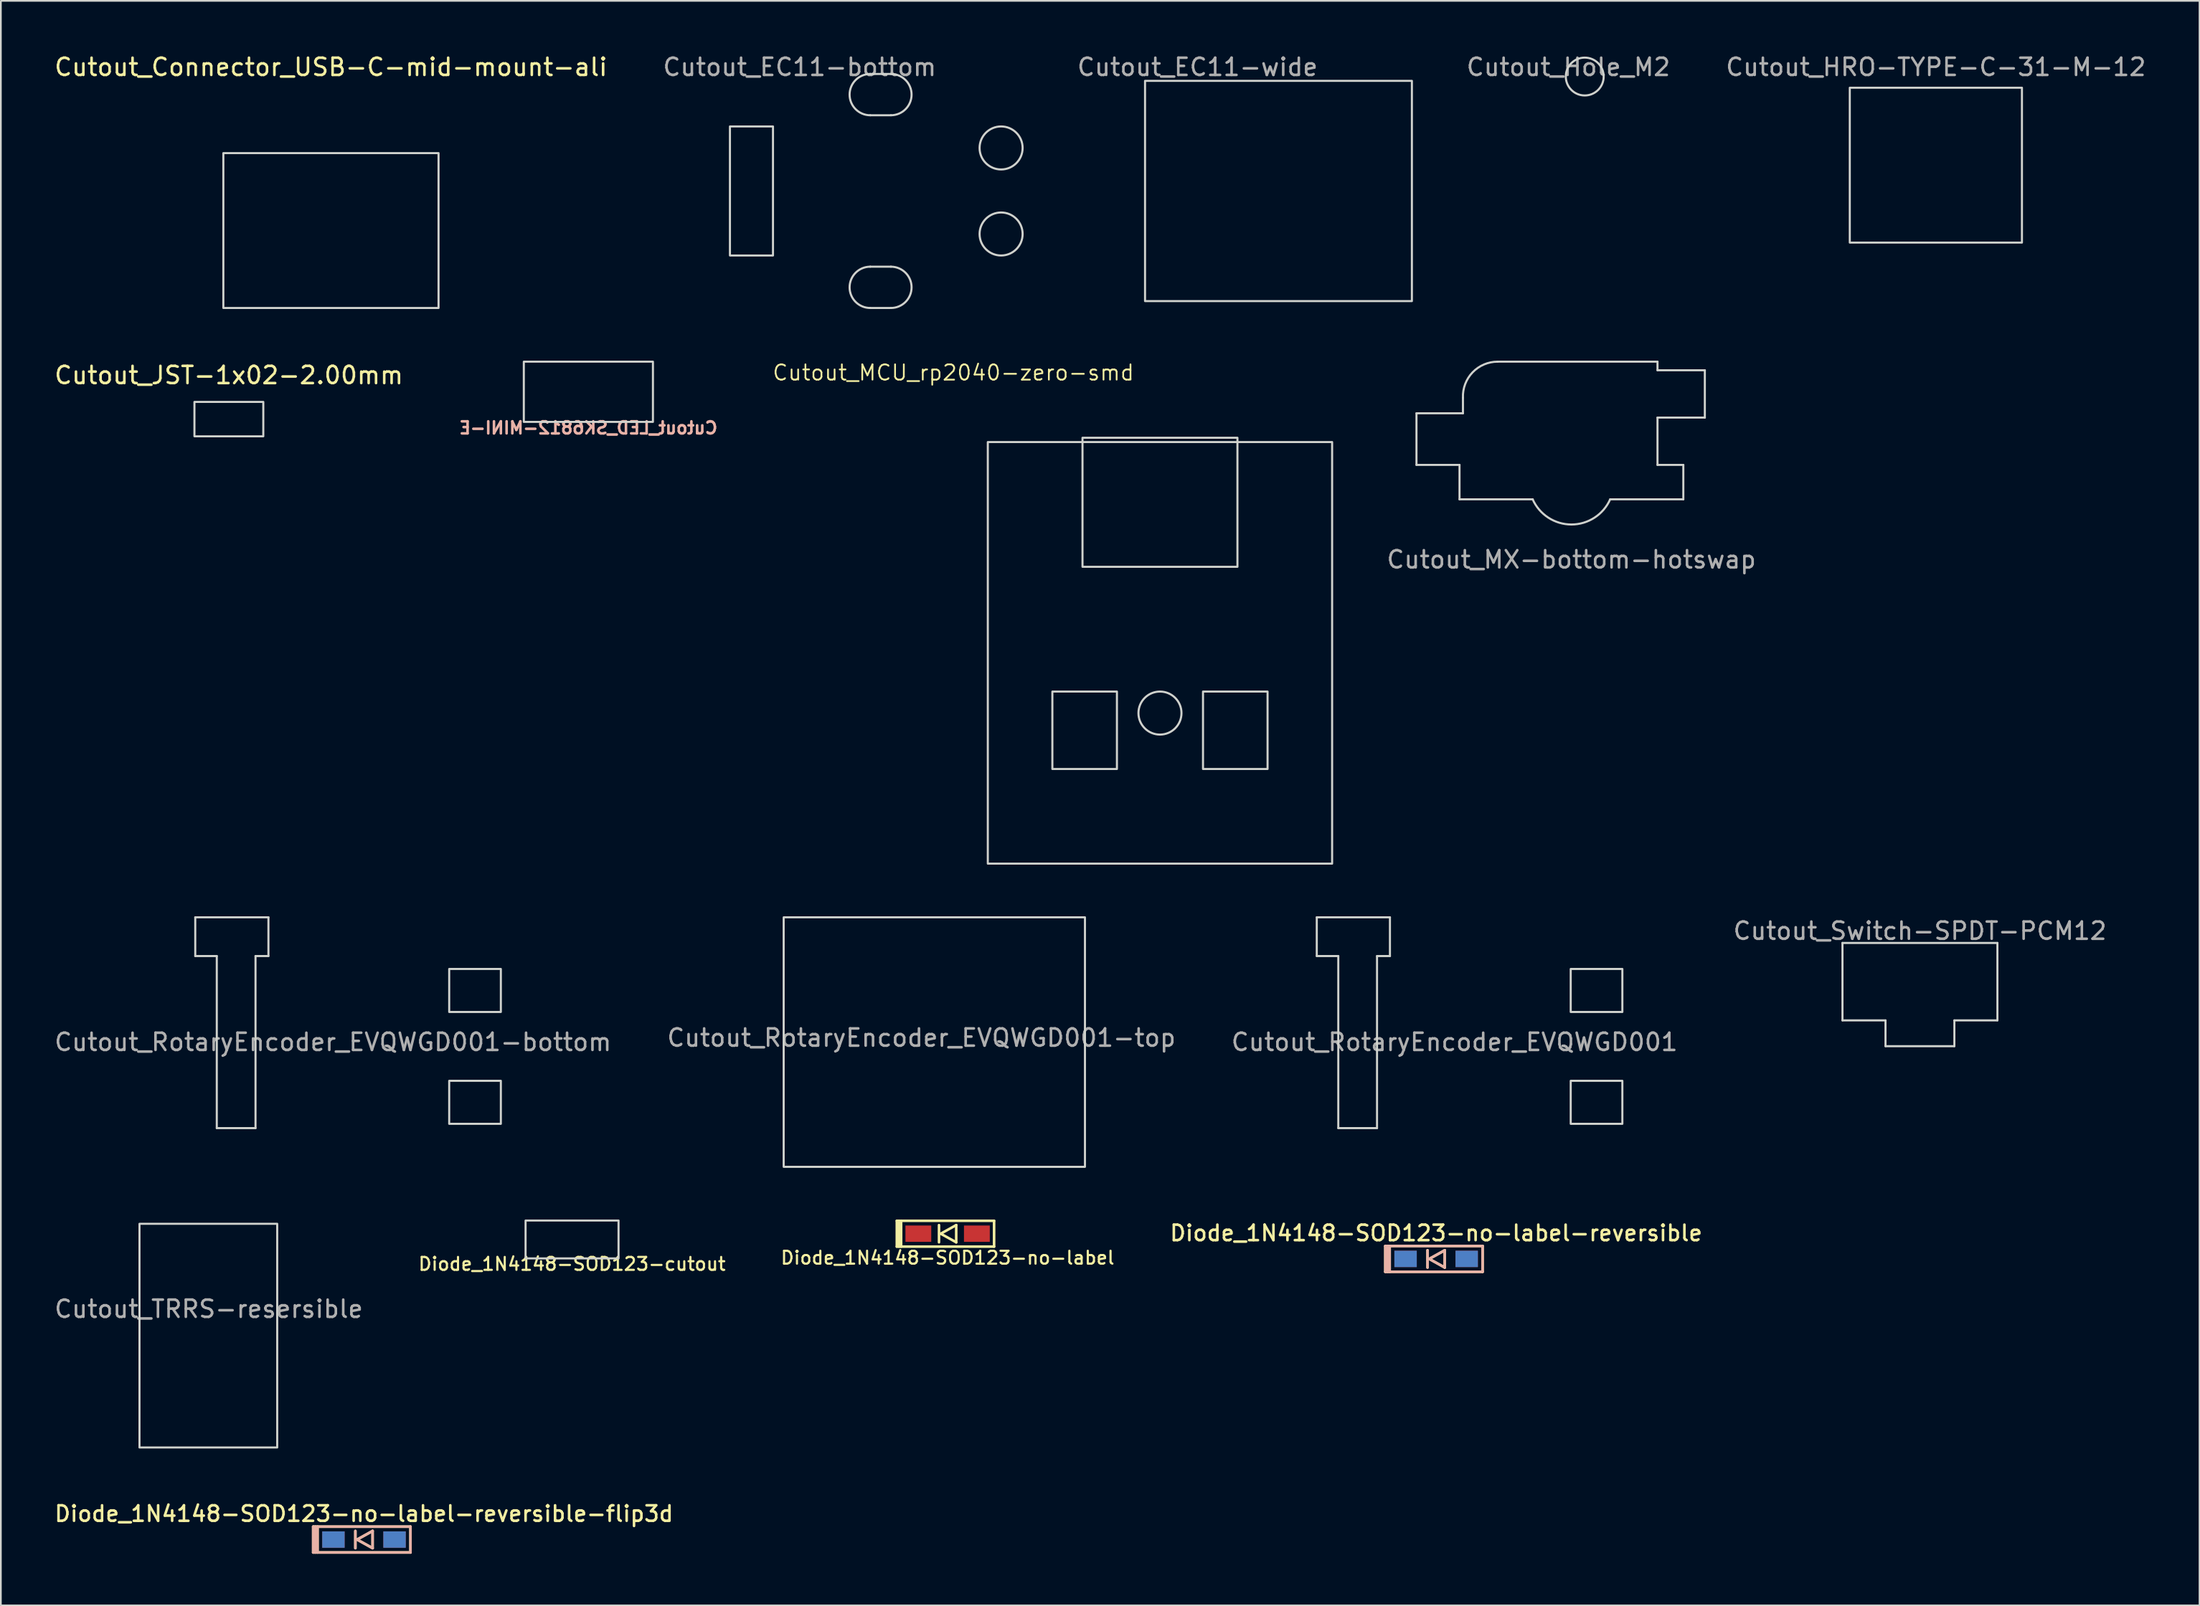
<source format=kicad_pcb>
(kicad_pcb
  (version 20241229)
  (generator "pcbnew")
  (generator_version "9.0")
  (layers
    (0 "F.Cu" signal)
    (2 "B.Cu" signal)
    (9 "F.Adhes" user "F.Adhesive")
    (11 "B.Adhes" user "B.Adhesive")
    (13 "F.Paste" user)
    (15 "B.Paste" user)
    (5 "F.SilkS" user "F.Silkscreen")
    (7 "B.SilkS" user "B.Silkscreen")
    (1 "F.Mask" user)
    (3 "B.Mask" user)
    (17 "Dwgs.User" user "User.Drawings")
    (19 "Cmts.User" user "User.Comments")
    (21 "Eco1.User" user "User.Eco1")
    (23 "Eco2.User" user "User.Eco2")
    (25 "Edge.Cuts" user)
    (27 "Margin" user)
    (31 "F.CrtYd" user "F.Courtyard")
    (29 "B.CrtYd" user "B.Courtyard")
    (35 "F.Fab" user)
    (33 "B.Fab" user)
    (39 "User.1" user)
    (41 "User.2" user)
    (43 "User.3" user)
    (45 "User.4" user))
  (footprint "Diode_1N4148-SOD123-no-label"
    (layer "F.Cu")
    (at 51.992 68.644)
    (property "Reference" "Diode_1N4148-SOD123-no-label" (at 0 1.4 0) (layer "F.SilkS") (effects (font (size 0.75 0.75) (thickness 0.125))))
    (attr smd)
    (fp_line (start -2.95 -0.75) (end -2.95 0.75) (stroke (width 0.15) (type solid)) (layer "F.SilkS"))
    (fp_line (start -2.95 0.75) (end 2.7 0.75) (stroke (width 0.15) (type solid)) (layer "F.SilkS"))
    (fp_line (start -2.825 -0.75) (end -2.825 0.75) (stroke (width 0.15) (type solid)) (layer "F.SilkS"))
    (fp_line (start -2.7 -0.75) (end -2.7 0.75) (stroke (width 0.15) (type solid)) (layer "F.SilkS"))
    (fp_line (start -0.5 -0.5) (end -0.5 0.5) (stroke (width 0.15) (type solid)) (layer "F.SilkS"))
    (fp_line (start -0.4 0) (end 0.5 -0.5) (stroke (width 0.15) (type solid)) (layer "F.SilkS"))
    (fp_line (start 0.5 -0.5) (end 0.5 0.5) (stroke (width 0.15) (type solid)) (layer "F.SilkS"))
    (fp_line (start 0.5 0.5) (end -0.4 0) (stroke (width 0.15) (type solid)) (layer "F.SilkS"))
    (fp_line (start 2.7 -0.75) (end -2.95 -0.75) (stroke (width 0.15) (type solid)) (layer "F.SilkS"))
    (fp_line (start 2.7 0.75) (end 2.7 -0.75) (stroke (width 0.15) (type solid)) (layer "F.SilkS"))
    (pad "1" smd rect (at -1.7 0) (size 1.5 0.95) (layers "F.Cu" "F.Mask" "F.Paste"))
    (pad "2" smd rect (at 1.7 0) (size 1.5 0.95) (layers "F.Cu" "F.Mask" "F.Paste")))
  (footprint "Cutout_RotaryEncoder_EVQWGD001"
    (layer "F.Cu")
    (at 81.435 57.509)
    (property "Reference" "Cutout_RotaryEncoder_EVQWGD001" (at 0 0 0) (layer "F.Fab") (effects (font (size 1 1) (thickness 0.15))))
    (attr through_hole)
    (fp_line (start -8 -7.25) (end -8 -5) (stroke (width 0.12) (type solid)) (layer "Edge.Cuts"))
    (fp_line (start -8 -5) (end -6.75 -5) (stroke (width 0.12) (type solid)) (layer "Edge.Cuts"))
    (fp_line (start -6.75 -5) (end -6.75 5) (stroke (width 0.12) (type solid)) (layer "Edge.Cuts"))
    (fp_line (start -6.75 5) (end -4.5 5) (stroke (width 0.12) (type solid)) (layer "Edge.Cuts"))
    (fp_line (start -4.5 -5) (end -3.75 -5) (stroke (width 0.12) (type solid)) (layer "Edge.Cuts"))
    (fp_line (start -4.5 5) (end -4.5 -5) (stroke (width 0.12) (type solid)) (layer "Edge.Cuts"))
    (fp_line (start -3.75 -7.25) (end -8 -7.25) (stroke (width 0.12) (type solid)) (layer "Edge.Cuts"))
    (fp_line (start -3.75 -5) (end -3.75 -7.25) (stroke (width 0.12) (type solid)) (layer "Edge.Cuts"))
    (fp_rect (start 6.75 -4.25) (end 9.75 -1.75) (stroke (width 0.12) (type solid)) (fill no) (layer "Edge.Cuts"))
    (fp_rect (start 6.75 2.25) (end 9.75 4.75) (stroke (width 0.12) (type solid)) (fill no) (layer "Edge.Cuts")))
  (footprint "Cutout_EC11-wide"
    (layer "F.Cu")
    (at 71.21 8.048)
    (property "Reference" "Cutout_EC11-wide" (at -4.7 -7.2 0) (layer "F.Fab") (effects (font (size 1 1) (thickness 0.15))))
    (attr through_hole)
    (fp_rect (start -7.75 -6.4) (end 7.75 6.4) (stroke (width 0.12) (type solid)) (fill no) (layer "Edge.Cuts")))
  (footprint "Cutout_HRO-TYPE-C-31-M-12"
    (layer "F.Cu")
    (at 109.395 11.048)
    (property "Reference" "Cutout_HRO-TYPE-C-31-M-12" (at 0 -10.2 0) (layer "F.Fab") (effects (font (size 1 1) (thickness 0.15))))
    (attr through_hole)
    (fp_rect (start -5 -9) (end 5 0) (stroke (width 0.12) (type solid)) (fill no) (layer "Edge.Cuts")))
  (footprint "Diode_1N4148-SOD123-no-label-reversible"
    (layer "F.Cu")
    (at 80.368 70.109)
    (property "Reference" "Diode_1N4148-SOD123-no-label-reversible" (at 0 -1.5 0) (layer "F.SilkS") (effects (font (size 0.9 0.9) (thickness 0.15))))
    (attr smd)
    (fp_line (start -2.95 -0.75) (end -2.95 0.75) (stroke (width 0.15) (type solid)) (layer "F.SilkS"))
    (fp_line (start -2.95 0.75) (end 2.7 0.75) (stroke (width 0.15) (type solid)) (layer "F.SilkS"))
    (fp_line (start -2.825 -0.75) (end -2.825 0.75) (stroke (width 0.15) (type solid)) (layer "F.SilkS"))
    (fp_line (start -2.7 -0.75) (end -2.7 0.75) (stroke (width 0.15) (type solid)) (layer "F.SilkS"))
    (fp_line (start -0.5 -0.5) (end -0.5 0.5) (stroke (width 0.15) (type solid)) (layer "F.SilkS"))
    (fp_line (start -0.4 0) (end 0.5 -0.5) (stroke (width 0.15) (type solid)) (layer "F.SilkS"))
    (fp_line (start 0.5 -0.5) (end 0.5 0.5) (stroke (width 0.15) (type solid)) (layer "F.SilkS"))
    (fp_line (start 0.5 0.5) (end -0.4 0) (stroke (width 0.15) (type solid)) (layer "F.SilkS"))
    (fp_line (start 2.7 -0.75) (end -2.95 -0.75) (stroke (width 0.15) (type solid)) (layer "F.SilkS"))
    (fp_line (start 2.7 -0.75) (end 2.7 0.75) (stroke (width 0.15) (type solid)) (layer "F.SilkS"))
    (fp_line (start -2.95 -0.75) (end -2.95 0.75) (stroke (width 0.15) (type solid)) (layer "B.SilkS"))
    (fp_line (start -2.95 0.75) (end 2.7 0.75) (stroke (width 0.15) (type solid)) (layer "B.SilkS"))
    (fp_line (start -2.825 -0.75) (end -2.825 0.75) (stroke (width 0.15) (type solid)) (layer "B.SilkS"))
    (fp_line (start -2.7 -0.75) (end -2.7 0.75) (stroke (width 0.15) (type solid)) (layer "B.SilkS"))
    (fp_line (start -0.5 -0.5) (end -0.5 0.5) (stroke (width 0.15) (type solid)) (layer "B.SilkS"))
    (fp_line (start -0.4 0) (end 0.5 -0.5) (stroke (width 0.15) (type solid)) (layer "B.SilkS"))
    (fp_line (start 0.5 -0.5) (end 0.5 0.5) (stroke (width 0.15) (type solid)) (layer "B.SilkS"))
    (fp_line (start 0.5 0.5) (end -0.4 0) (stroke (width 0.15) (type solid)) (layer "B.SilkS"))
    (fp_line (start 2.7 -0.75) (end -2.95 -0.75) (stroke (width 0.15) (type solid)) (layer "B.SilkS"))
    (fp_line (start 2.7 0.75) (end 2.7 -0.75) (stroke (width 0.15) (type solid)) (layer "B.SilkS"))
    (pad "1" smd rect (at -1.775 0) (size 1.3 0.95) (layers "F.Cu" "F.Mask" "F.Paste"))
    (pad "1" smd rect (at -1.775 0) (size 1.3 0.95) (layers "B.Cu" "B.Mask" "B.Paste"))
    (pad "2" smd rect (at 1.775 0) (size 1.3 0.95) (layers "F.Cu" "F.Mask" "F.Paste"))
    (pad "2" smd rect (at 1.775 0) (size 1.3 0.95) (layers "B.Cu" "B.Mask" "B.Paste")))
  (footprint "Diode_1N4148-SOD123-cutout"
    (layer "F.Cu")
    (at 30.178 68.979)
    (property "Reference" "Diode_1N4148-SOD123-cutout" (at 0 1.425 0) (layer "F.SilkS") (effects (font (size 0.75 0.75) (thickness 0.125))))
    (fp_rect (start -2.7 -1.1) (end 2.7 1.1) (stroke (width 0.12) (type solid)) (fill no) (layer "Edge.Cuts")))
  (footprint "Cutout_JST-1x02-2.00mm"
    (layer "F.Cu")
    (at 9.244 21.306)
    (property "Reference" "Cutout_JST-1x02-2.00mm" (at 1 -2.55 0) (layer "F.SilkS") (effects (font (size 1 1) (thickness 0.15))))
    (attr through_hole)
    (fp_rect (start -1 -1) (end 3 1) (stroke (width 0.12) (type solid)) (fill no) (layer "Edge.Cuts")))
  (footprint "Cutout_TRRS-resersible"
    (layer "F.Cu")
    (at 9.052 68.069)
    (property "Reference" "Cutout_TRRS-resersible" (at 0.025 4.95 0) (layer "F.Fab") (effects (font (size 1 1) (thickness 0.15))))
    (attr through_hole)
    (fp_rect (start -4 0) (end 4 13) (stroke (width 0.12) (type solid)) (fill no) (layer "Edge.Cuts")))
  (footprint "Cutout_RotaryEncoder_EVQWGD001-bottom"
    (layer "F.Cu")
    (at 16.292 57.509)
    (property "Reference" "Cutout_RotaryEncoder_EVQWGD001-bottom" (at 0 0 0) (layer "F.Fab") (effects (font (size 1 1) (thickness 0.15))))
    (attr through_hole)
    (fp_line (start -8 -7.25) (end -8 -5) (stroke (width 0.12) (type solid)) (layer "Edge.Cuts"))
    (fp_line (start -8 -5) (end -6.75 -5) (stroke (width 0.12) (type solid)) (layer "Edge.Cuts"))
    (fp_line (start -6.75 -5) (end -6.75 5) (stroke (width 0.12) (type solid)) (layer "Edge.Cuts"))
    (fp_line (start -6.75 5) (end -4.5 5) (stroke (width 0.12) (type solid)) (layer "Edge.Cuts"))
    (fp_line (start -4.5 -5) (end -3.75 -5) (stroke (width 0.12) (type solid)) (layer "Edge.Cuts"))
    (fp_line (start -4.5 5) (end -4.5 -5) (stroke (width 0.12) (type solid)) (layer "Edge.Cuts"))
    (fp_line (start -3.75 -7.25) (end -8 -7.25) (stroke (width 0.12) (type solid)) (layer "Edge.Cuts"))
    (fp_line (start -3.75 -5) (end -3.75 -7.25) (stroke (width 0.12) (type solid)) (layer "Edge.Cuts"))
    (fp_rect (start 6.75 -4.25) (end 9.75 -1.75) (stroke (width 0.12) (type solid)) (fill no) (layer "Edge.Cuts"))
    (fp_rect (start 6.75 2.25) (end 9.75 4.75) (stroke (width 0.12) (type solid)) (fill no) (layer "Edge.Cuts")))
  (footprint "Cutout_MX-bottom-hotswap"
    (layer "F.Cu")
    (at 88.226 24.968)
    (property "Reference" "Cutout_MX-bottom-hotswap" (at 0 4.5 0) (layer "F.Fab") (effects (font (size 1 1) (thickness 0.15))))
    (fp_line (start -9 -4) (end -9 -1) (stroke (width 0.12) (type solid)) (layer "Edge.Cuts"))
    (fp_line (start -9 -1) (end -6.5 -1) (stroke (width 0.12) (type solid)) (layer "Edge.Cuts"))
    (fp_line (start -6.5 -1) (end -6.5 1) (stroke (width 0.12) (type solid)) (layer "Edge.Cuts"))
    (fp_line (start -6.5 1) (end -2.25 1) (stroke (width 0.12) (type solid)) (layer "Edge.Cuts"))
    (fp_line (start -6.3 -4) (end -9 -4) (stroke (width 0.12) (type solid)) (layer "Edge.Cuts"))
    (fp_line (start -6.3 -4) (end -6.3 -4.9) (stroke (width 0.12) (type solid)) (layer "Edge.Cuts"))
    (fp_line (start 2.25 1) (end 6.5 1) (stroke (width 0.12) (type solid)) (layer "Edge.Cuts"))
    (fp_line (start 5 -7) (end -4.286 -7) (stroke (width 0.12) (type solid)) (layer "Edge.Cuts"))
    (fp_line (start 5 -6.5) (end 5 -7) (stroke (width 0.12) (type solid)) (layer "Edge.Cuts"))
    (fp_line (start 5 -3.75) (end 7.75 -3.75) (stroke (width 0.12) (type solid)) (layer "Edge.Cuts"))
    (fp_line (start 5 -1) (end 5 -3.75) (stroke (width 0.12) (type solid)) (layer "Edge.Cuts"))
    (fp_line (start 6.5 -1) (end 5 -1) (stroke (width 0.12) (type solid)) (layer "Edge.Cuts"))
    (fp_line (start 6.5 1) (end 6.5 -1) (stroke (width 0.12) (type solid)) (layer "Edge.Cuts"))
    (fp_line (start 7.75 -6.5) (end 5 -6.5) (stroke (width 0.12) (type solid)) (layer "Edge.Cuts"))
    (fp_line (start 7.75 -3.75) (end 7.75 -6.5) (stroke (width 0.12) (type solid)) (layer "Edge.Cuts"))
    (fp_arc (start -6.3 -4.9) (mid -5.740696 -6.37951) (end -4.285786 -7) (stroke (width 0.12) (type solid)) (layer "Edge.Cuts"))
    (fp_arc (start 2.25 1) (mid 0 2.462214) (end -2.25 1) (stroke (width 0.12) (type solid)) (layer "Edge.Cuts")))
  (footprint "Cutout_Hole_M2"
    (layer "F.Cu")
    (at 89 1.398)
    (property "Reference" "Cutout_Hole_M2" (at -0.95 -0.55 0) (layer "F.Fab") (effects (font (size 1 1) (thickness 0.15))))
    (attr exclude_from_pos_files exclude_from_bom)
    (fp_circle (center 0 0) (end 0 -1.1) (stroke (width 0.12) (type solid)) (fill no) (layer "Edge.Cuts")))
  (footprint "Cutout_EC11-bottom"
    (layer "F.Cu")
    (at 48.099 8.048)
    (property "Reference" "Cutout_EC11-bottom" (at -4.7 -7.2 0) (layer "F.Fab") (effects (font (size 1 1) (thickness 0.15))))
    (attr through_hole)
    (fp_line (start -0.6 -6.8) (end 0.6 -6.8) (stroke (width 0.12) (type solid)) (layer "Edge.Cuts"))
    (fp_line (start -0.6 -4.4) (end 0.6 -4.4) (stroke (width 0.12) (type solid)) (layer "Edge.Cuts"))
    (fp_line (start -0.6 4.4) (end 0.6 4.4) (stroke (width 0.12) (type solid)) (layer "Edge.Cuts"))
    (fp_line (start -0.6 6.8) (end 0.6 6.8) (stroke (width 0.12) (type solid)) (layer "Edge.Cuts"))
    (fp_rect (start -8.75 -3.75) (end -6.25 3.75) (stroke (width 0.12) (type solid)) (fill no) (layer "Edge.Cuts"))
    (fp_arc (start -0.6 -4.4) (mid -1.8 -5.6) (end -0.6 -6.8) (stroke (width 0.12) (type solid)) (layer "Edge.Cuts"))
    (fp_arc (start -0.6 6.8) (mid -1.8 5.6) (end -0.6 4.4) (stroke (width 0.12) (type solid)) (layer "Edge.Cuts"))
    (fp_arc (start 0.6 -6.8) (mid 1.8 -5.6) (end 0.6 -4.4) (stroke (width 0.12) (type solid)) (layer "Edge.Cuts"))
    (fp_arc (start 0.6 4.4) (mid 1.8 5.6) (end 0.6 6.8) (stroke (width 0.12) (type solid)) (layer "Edge.Cuts"))
    (fp_circle (center 7 -2.5) (end 7 -3.75) (stroke (width 0.12) (type solid)) (fill no) (layer "Edge.Cuts"))
    (fp_circle (center 7 2.5) (end 7 1.25) (stroke (width 0.12) (type solid)) (fill no) (layer "Edge.Cuts")))
  (footprint "Cutout_Connector_USB-C-mid-mount-ali"
    (layer "F.Cu")
    (at 16.173 10.098)
    (property "Reference" "Cutout_Connector_USB-C-mid-mount-ali" (at 0 -9.25 180) (layer "F.SilkS") (effects (font (size 1 1) (thickness 0.15))))
    (attr smd)
    (fp_rect (start -6.25 4.75) (end 6.25 -4.25) (stroke (width 0.12) (type solid)) (fill no) (layer "Edge.Cuts")))
  (footprint "Cutout_LED_SK6812-MINI-E"
    (layer "F.Cu")
    (at 31.126 19.718)
    (property "Reference" "Cutout_LED_SK6812-MINI-E" (at 0 2.1 0) (unlocked yes) (layer "B.SilkS") (effects (font (size 0.7 0.7) (thickness 0.15)) (justify mirror)))
    (fp_rect (start -3.75 1.75) (end 3.75 -1.75) (stroke (width 0.12) (type solid)) (fill no) (layer "Edge.Cuts")))
  (footprint "Cutout_Switch-SPDT-PCM12"
    (layer "F.Cu")
    (at 108.47 54.248)
    (property "Reference" "Cutout_Switch-SPDT-PCM12" (at 0 -3.2 0) (layer "F.Fab") (effects (font (size 1 1) (thickness 0.15))))
    (attr smd)
    (fp_line (start -4.5 -2.5) (end -4.5 2) (stroke (width 0.12) (type solid)) (layer "Edge.Cuts"))
    (fp_line (start -4.5 2) (end -2 2) (stroke (width 0.12) (type solid)) (layer "Edge.Cuts"))
    (fp_line (start -2 2) (end -2 3.5) (stroke (width 0.12) (type solid)) (layer "Edge.Cuts"))
    (fp_line (start -2 3.5) (end 2 3.5) (stroke (width 0.12) (type solid)) (layer "Edge.Cuts"))
    (fp_line (start 2 2) (end 4.5 2) (stroke (width 0.12) (type solid)) (layer "Edge.Cuts"))
    (fp_line (start 2 3.5) (end 2 2) (stroke (width 0.12) (type solid)) (layer "Edge.Cuts"))
    (fp_line (start 4.5 -2.5) (end -4.5 -2.5) (stroke (width 0.12) (type solid)) (layer "Edge.Cuts"))
    (fp_line (start 4.5 2) (end 4.5 -2.5) (stroke (width 0.12) (type solid)) (layer "Edge.Cuts")))
  (footprint "Cutout_RotaryEncoder_EVQWGD001-top"
    (layer "F.Cu")
    (at 50.47 57.259)
    (property "Reference" "Cutout_RotaryEncoder_EVQWGD001-top" (at 0 0 0) (layer "F.Fab") (effects (font (size 1 1) (thickness 0.15))))
    (attr through_hole)
    (fp_rect (start -8 -7) (end 9.5 7.5) (stroke (width 0.12) (type solid)) (fill no) (layer "Edge.Cuts")))
  (footprint "Cutout_MCU_rp2040-zero-smd"
    (layer "F.Cu")
    (at 64.327 35.139)
    (property "Reference" "Cutout_MCU_rp2040-zero-smd" (at -12 -16.533 0) (layer "F.SilkS") (effects (font (size 0.889 0.889) (thickness 0.102))))
    (attr smd exclude_from_pos_files)
    (fp_rect (start -10 -12.5) (end 10 12) (stroke (width 0.12) (type solid)) (fill no) (layer "Edge.Cuts"))
    (fp_rect (start -6.25 2) (end -2.5 6.5) (stroke (width 0.12) (type solid)) (fill no) (layer "Edge.Cuts"))
    (fp_rect (start -4.5 -5.25) (end 4.5 -12.75) (stroke (width 0.12) (type solid)) (fill no) (layer "Edge.Cuts"))
    (fp_rect (start 6.25 2) (end 2.5 6.5) (stroke (width 0.12) (type solid)) (fill no) (layer "Edge.Cuts"))
    (fp_circle (center 0 3.25) (end 1.25 3.25) (stroke (width 0.12) (type solid)) (fill no) (layer "Edge.Cuts")))
  (footprint "Diode_1N4148-SOD123-no-label-reversible-flip3d"
    (layer "F.Cu")
    (at 18.092 86.419)
    (property "Reference" "Diode_1N4148-SOD123-no-label-reversible-flip3d" (at 0 -1.5 0) (layer "F.SilkS") (effects (font (size 0.9 0.9) (thickness 0.15))))
    (attr smd)
    (fp_line (start -2.95 -0.75) (end -2.95 0.75) (stroke (width 0.15) (type solid)) (layer "F.SilkS"))
    (fp_line (start -2.95 0.75) (end 2.7 0.75) (stroke (width 0.15) (type solid)) (layer "F.SilkS"))
    (fp_line (start -2.825 -0.75) (end -2.825 0.75) (stroke (width 0.15) (type solid)) (layer "F.SilkS"))
    (fp_line (start -2.7 -0.75) (end -2.7 0.75) (stroke (width 0.15) (type solid)) (layer "F.SilkS"))
    (fp_line (start -0.5 -0.5) (end -0.5 0.5) (stroke (width 0.15) (type solid)) (layer "F.SilkS"))
    (fp_line (start -0.4 0) (end 0.5 -0.5) (stroke (width 0.15) (type solid)) (layer "F.SilkS"))
    (fp_line (start 0.5 -0.5) (end 0.5 0.5) (stroke (width 0.15) (type solid)) (layer "F.SilkS"))
    (fp_line (start 0.5 0.5) (end -0.4 0) (stroke (width 0.15) (type solid)) (layer "F.SilkS"))
    (fp_line (start 2.7 -0.75) (end -2.95 -0.75) (stroke (width 0.15) (type solid)) (layer "F.SilkS"))
    (fp_line (start 2.7 -0.75) (end 2.7 0.75) (stroke (width 0.15) (type solid)) (layer "F.SilkS"))
    (fp_line (start -2.95 -0.75) (end -2.95 0.75) (stroke (width 0.15) (type solid)) (layer "B.SilkS"))
    (fp_line (start -2.95 0.75) (end 2.7 0.75) (stroke (width 0.15) (type solid)) (layer "B.SilkS"))
    (fp_line (start -2.825 -0.75) (end -2.825 0.75) (stroke (width 0.15) (type solid)) (layer "B.SilkS"))
    (fp_line (start -2.7 -0.75) (end -2.7 0.75) (stroke (width 0.15) (type solid)) (layer "B.SilkS"))
    (fp_line (start -0.5 -0.5) (end -0.5 0.5) (stroke (width 0.15) (type solid)) (layer "B.SilkS"))
    (fp_line (start -0.4 0) (end 0.5 -0.5) (stroke (width 0.15) (type solid)) (layer "B.SilkS"))
    (fp_line (start 0.5 -0.5) (end 0.5 0.5) (stroke (width 0.15) (type solid)) (layer "B.SilkS"))
    (fp_line (start 0.5 0.5) (end -0.4 0) (stroke (width 0.15) (type solid)) (layer "B.SilkS"))
    (fp_line (start 2.7 -0.75) (end -2.95 -0.75) (stroke (width 0.15) (type solid)) (layer "B.SilkS"))
    (fp_line (start 2.7 0.75) (end 2.7 -0.75) (stroke (width 0.15) (type solid)) (layer "B.SilkS"))
    (pad "1" smd rect (at -1.775 0) (size 1.3 0.95) (layers "F.Cu" "F.Mask" "F.Paste"))
    (pad "1" smd rect (at -1.775 0) (size 1.3 0.95) (layers "B.Cu" "B.Mask" "B.Paste"))
    (pad "2" smd rect (at 1.775 0) (size 1.3 0.95) (layers "F.Cu" "F.Mask" "F.Paste"))
    (pad "2" smd rect (at 1.775 0) (size 1.3 0.95) (layers "B.Cu" "B.Mask" "B.Paste")))
  (gr_rect
    (start -3 -3)
    (end 124.71 90.244)
    (stroke (width 0.1) (type default))
    (fill no)
    (layer "Edge.Cuts")))
</source>
